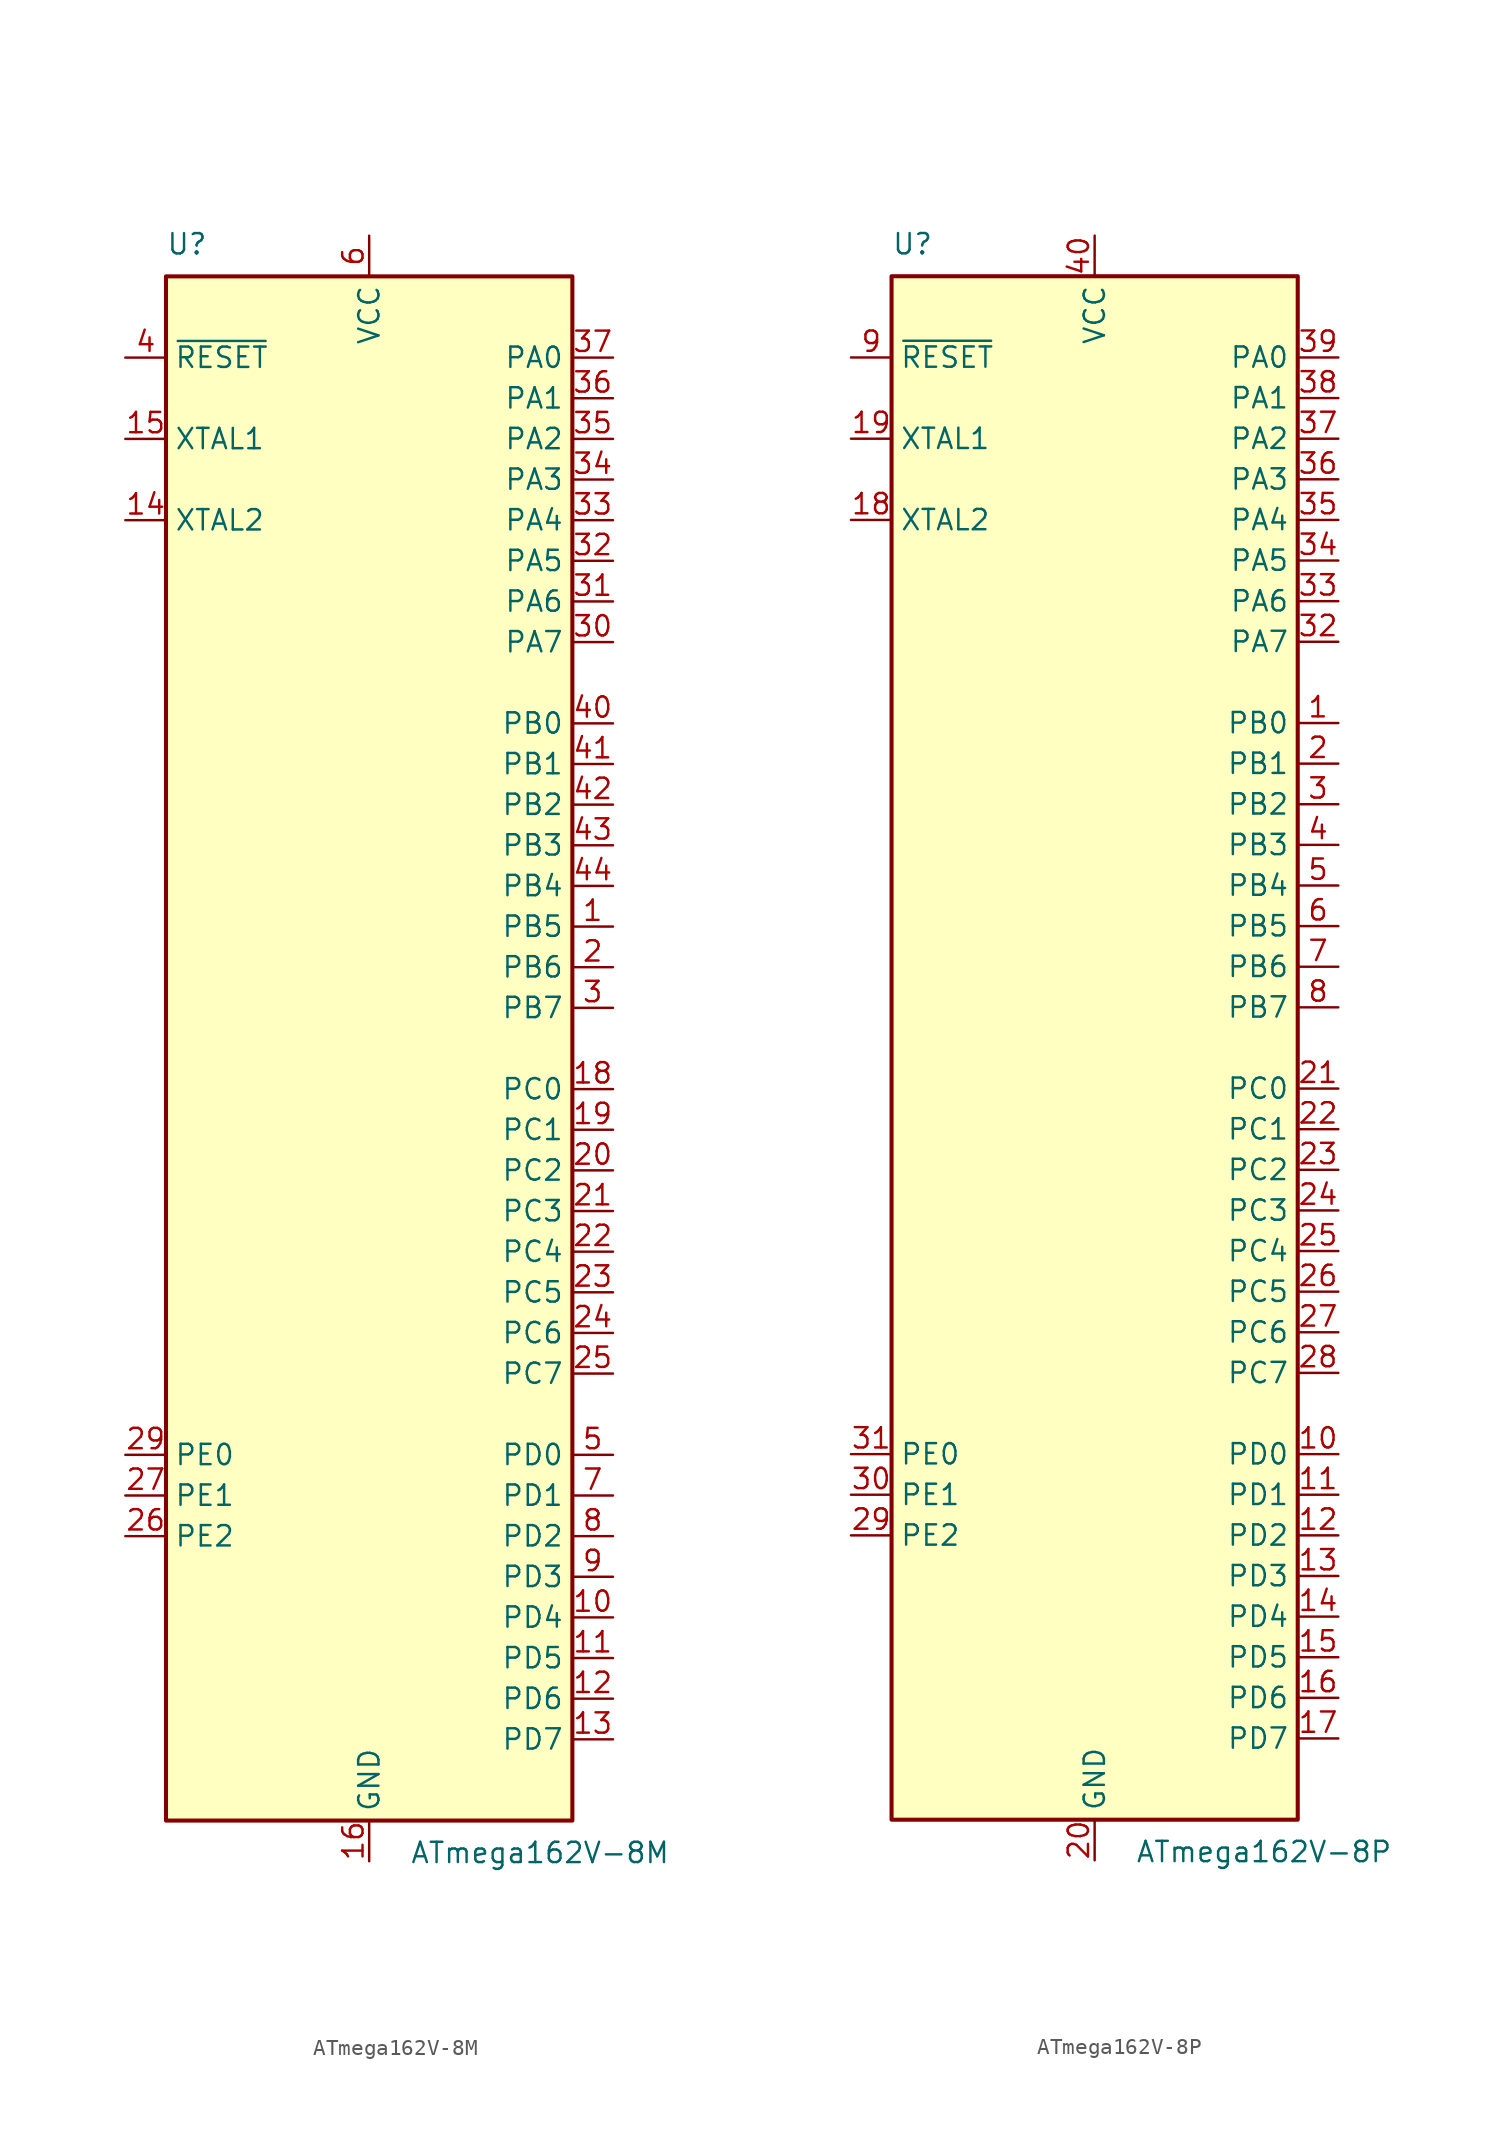
<source format=kicad_sym>
(kicad_symbol_lib
  (version 20211014)
  (generator kicad_symbol_editor)
  (symbol "ATmega162V-8M"
    (property "Reference" "U"
      (at -12.7 49.53 0)
      (effects (font (size 1.27 1.27)) (justify left bottom)))
    (property "Value" "ATmega162V-8M"
      (at 2.54 -49.53 0)
      (effects (font (size 1.27 1.27)) (justify left top)))
    (symbol "ATmega162V-8M_0_1"
      (rectangle (start -12.7 -48.26) (end 12.7 48.26) (stroke (width 0.254) (type default) (color 0 0 0 0)) (fill (type background))))
    (symbol "ATmega162V-8M_1_1"
      (pin bidirectional line (at 15.24 7.62 180) (length 2.54) (name "PB5" (effects (font (size 1.27 1.27)))) (number "1" (effects (font (size 1.27 1.27)))))
      (pin bidirectional line (at 15.24 -35.56 180) (length 2.54) (name "PD4" (effects (font (size 1.27 1.27)))) (number "10" (effects (font (size 1.27 1.27)))))
      (pin bidirectional line (at 15.24 -38.1 180) (length 2.54) (name "PD5" (effects (font (size 1.27 1.27)))) (number "11" (effects (font (size 1.27 1.27)))))
      (pin bidirectional line (at 15.24 -40.64 180) (length 2.54) (name "PD6" (effects (font (size 1.27 1.27)))) (number "12" (effects (font (size 1.27 1.27)))))
      (pin bidirectional line (at 15.24 -43.18 180) (length 2.54) (name "PD7" (effects (font (size 1.27 1.27)))) (number "13" (effects (font (size 1.27 1.27)))))
      (pin output line (at -15.24 33.02 0) (length 2.54) (name "XTAL2" (effects (font (size 1.27 1.27)))) (number "14" (effects (font (size 1.27 1.27)))))
      (pin input line (at -15.24 38.1 0) (length 2.54) (name "XTAL1" (effects (font (size 1.27 1.27)))) (number "15" (effects (font (size 1.27 1.27)))))
      (pin power_in line (at 0 -50.8 90) (length 2.54) (name "GND" (effects (font (size 1.27 1.27)))) (number "16" (effects (font (size 1.27 1.27)))))
      (pin passive line (at 0 50.8 270) (length 2.54) hide (name "VCC" (effects (font (size 1.27 1.27)))) (number "17" (effects (font (size 1.27 1.27)))))
      (pin bidirectional line (at 15.24 -2.54 180) (length 2.54) (name "PC0" (effects (font (size 1.27 1.27)))) (number "18" (effects (font (size 1.27 1.27)))))
      (pin bidirectional line (at 15.24 -5.08 180) (length 2.54) (name "PC1" (effects (font (size 1.27 1.27)))) (number "19" (effects (font (size 1.27 1.27)))))
      (pin bidirectional line (at 15.24 5.08 180) (length 2.54) (name "PB6" (effects (font (size 1.27 1.27)))) (number "2" (effects (font (size 1.27 1.27)))))
      (pin bidirectional line (at 15.24 -7.62 180) (length 2.54) (name "PC2" (effects (font (size 1.27 1.27)))) (number "20" (effects (font (size 1.27 1.27)))))
      (pin bidirectional line (at 15.24 -10.16 180) (length 2.54) (name "PC3" (effects (font (size 1.27 1.27)))) (number "21" (effects (font (size 1.27 1.27)))))
      (pin bidirectional line (at 15.24 -12.7 180) (length 2.54) (name "PC4" (effects (font (size 1.27 1.27)))) (number "22" (effects (font (size 1.27 1.27)))))
      (pin bidirectional line (at 15.24 -15.24 180) (length 2.54) (name "PC5" (effects (font (size 1.27 1.27)))) (number "23" (effects (font (size 1.27 1.27)))))
      (pin bidirectional line (at 15.24 -17.78 180) (length 2.54) (name "PC6" (effects (font (size 1.27 1.27)))) (number "24" (effects (font (size 1.27 1.27)))))
      (pin bidirectional line (at 15.24 -20.32 180) (length 2.54) (name "PC7" (effects (font (size 1.27 1.27)))) (number "25" (effects (font (size 1.27 1.27)))))
      (pin bidirectional line (at -15.24 -30.48 0) (length 2.54) (name "PE2" (effects (font (size 1.27 1.27)))) (number "26" (effects (font (size 1.27 1.27)))))
      (pin bidirectional line (at -15.24 -27.94 0) (length 2.54) (name "PE1" (effects (font (size 1.27 1.27)))) (number "27" (effects (font (size 1.27 1.27)))))
      (pin passive line (at 0 -50.8 90) (length 2.54) hide (name "GND" (effects (font (size 1.27 1.27)))) (number "28" (effects (font (size 1.27 1.27)))))
      (pin bidirectional line (at -15.24 -25.4 0) (length 2.54) (name "PE0" (effects (font (size 1.27 1.27)))) (number "29" (effects (font (size 1.27 1.27)))))
      (pin bidirectional line (at 15.24 2.54 180) (length 2.54) (name "PB7" (effects (font (size 1.27 1.27)))) (number "3" (effects (font (size 1.27 1.27)))))
      (pin bidirectional line (at 15.24 25.4 180) (length 2.54) (name "PA7" (effects (font (size 1.27 1.27)))) (number "30" (effects (font (size 1.27 1.27)))))
      (pin bidirectional line (at 15.24 27.94 180) (length 2.54) (name "PA6" (effects (font (size 1.27 1.27)))) (number "31" (effects (font (size 1.27 1.27)))))
      (pin bidirectional line (at 15.24 30.48 180) (length 2.54) (name "PA5" (effects (font (size 1.27 1.27)))) (number "32" (effects (font (size 1.27 1.27)))))
      (pin bidirectional line (at 15.24 33.02 180) (length 2.54) (name "PA4" (effects (font (size 1.27 1.27)))) (number "33" (effects (font (size 1.27 1.27)))))
      (pin bidirectional line (at 15.24 35.56 180) (length 2.54) (name "PA3" (effects (font (size 1.27 1.27)))) (number "34" (effects (font (size 1.27 1.27)))))
      (pin bidirectional line (at 15.24 38.1 180) (length 2.54) (name "PA2" (effects (font (size 1.27 1.27)))) (number "35" (effects (font (size 1.27 1.27)))))
      (pin bidirectional line (at 15.24 40.64 180) (length 2.54) (name "PA1" (effects (font (size 1.27 1.27)))) (number "36" (effects (font (size 1.27 1.27)))))
      (pin bidirectional line (at 15.24 43.18 180) (length 2.54) (name "PA0" (effects (font (size 1.27 1.27)))) (number "37" (effects (font (size 1.27 1.27)))))
      (pin passive line (at 0 50.8 270) (length 2.54) hide (name "VCC" (effects (font (size 1.27 1.27)))) (number "38" (effects (font (size 1.27 1.27)))))
      (pin passive line (at 0 -50.8 90) (length 2.54) hide (name "GND" (effects (font (size 1.27 1.27)))) (number "39" (effects (font (size 1.27 1.27)))))
      (pin input line (at -15.24 43.18 0) (length 2.54) (name "~{RESET}" (effects (font (size 1.27 1.27)))) (number "4" (effects (font (size 1.27 1.27)))))
      (pin bidirectional line (at 15.24 20.32 180) (length 2.54) (name "PB0" (effects (font (size 1.27 1.27)))) (number "40" (effects (font (size 1.27 1.27)))))
      (pin bidirectional line (at 15.24 17.78 180) (length 2.54) (name "PB1" (effects (font (size 1.27 1.27)))) (number "41" (effects (font (size 1.27 1.27)))))
      (pin bidirectional line (at 15.24 15.24 180) (length 2.54) (name "PB2" (effects (font (size 1.27 1.27)))) (number "42" (effects (font (size 1.27 1.27)))))
      (pin bidirectional line (at 15.24 12.7 180) (length 2.54) (name "PB3" (effects (font (size 1.27 1.27)))) (number "43" (effects (font (size 1.27 1.27)))))
      (pin bidirectional line (at 15.24 10.16 180) (length 2.54) (name "PB4" (effects (font (size 1.27 1.27)))) (number "44" (effects (font (size 1.27 1.27)))))
      (pin passive line (at 0 -50.8 90) (length 2.54) hide (name "GND" (effects (font (size 1.27 1.27)))) (number "45" (effects (font (size 1.27 1.27)))))
      (pin bidirectional line (at 15.24 -25.4 180) (length 2.54) (name "PD0" (effects (font (size 1.27 1.27)))) (number "5" (effects (font (size 1.27 1.27)))))
      (pin power_in line (at 0 50.8 270) (length 2.54) (name "VCC" (effects (font (size 1.27 1.27)))) (number "6" (effects (font (size 1.27 1.27)))))
      (pin bidirectional line (at 15.24 -27.94 180) (length 2.54) (name "PD1" (effects (font (size 1.27 1.27)))) (number "7" (effects (font (size 1.27 1.27)))))
      (pin bidirectional line (at 15.24 -30.48 180) (length 2.54) (name "PD2" (effects (font (size 1.27 1.27)))) (number "8" (effects (font (size 1.27 1.27)))))
      (pin bidirectional line (at 15.24 -33.02 180) (length 2.54) (name "PD3" (effects (font (size 1.27 1.27)))) (number "9" (effects (font (size 1.27 1.27)))))))
  (symbol "ATmega162V-8P"
    (property "Reference" "U"
      (at -12.7 49.53 0)
      (effects (font (size 1.27 1.27)) (justify left bottom)))
    (property "Value" "ATmega162V-8P"
      (at 2.54 -49.53 0)
      (effects (font (size 1.27 1.27)) (justify left top)))
    (symbol "ATmega162V-8P_0_1"
      (rectangle (start -12.7 -48.26) (end 12.7 48.26) (stroke (width 0.254) (type default) (color 0 0 0 0)) (fill (type background))))
    (symbol "ATmega162V-8P_1_1"
      (pin bidirectional line (at 15.24 20.32 180) (length 2.54) (name "PB0" (effects (font (size 1.27 1.27)))) (number "1" (effects (font (size 1.27 1.27)))))
      (pin bidirectional line (at 15.24 -25.4 180) (length 2.54) (name "PD0" (effects (font (size 1.27 1.27)))) (number "10" (effects (font (size 1.27 1.27)))))
      (pin bidirectional line (at 15.24 -27.94 180) (length 2.54) (name "PD1" (effects (font (size 1.27 1.27)))) (number "11" (effects (font (size 1.27 1.27)))))
      (pin bidirectional line (at 15.24 -30.48 180) (length 2.54) (name "PD2" (effects (font (size 1.27 1.27)))) (number "12" (effects (font (size 1.27 1.27)))))
      (pin bidirectional line (at 15.24 -33.02 180) (length 2.54) (name "PD3" (effects (font (size 1.27 1.27)))) (number "13" (effects (font (size 1.27 1.27)))))
      (pin bidirectional line (at 15.24 -35.56 180) (length 2.54) (name "PD4" (effects (font (size 1.27 1.27)))) (number "14" (effects (font (size 1.27 1.27)))))
      (pin bidirectional line (at 15.24 -38.1 180) (length 2.54) (name "PD5" (effects (font (size 1.27 1.27)))) (number "15" (effects (font (size 1.27 1.27)))))
      (pin bidirectional line (at 15.24 -40.64 180) (length 2.54) (name "PD6" (effects (font (size 1.27 1.27)))) (number "16" (effects (font (size 1.27 1.27)))))
      (pin bidirectional line (at 15.24 -43.18 180) (length 2.54) (name "PD7" (effects (font (size 1.27 1.27)))) (number "17" (effects (font (size 1.27 1.27)))))
      (pin output line (at -15.24 33.02 0) (length 2.54) (name "XTAL2" (effects (font (size 1.27 1.27)))) (number "18" (effects (font (size 1.27 1.27)))))
      (pin input line (at -15.24 38.1 0) (length 2.54) (name "XTAL1" (effects (font (size 1.27 1.27)))) (number "19" (effects (font (size 1.27 1.27)))))
      (pin bidirectional line (at 15.24 17.78 180) (length 2.54) (name "PB1" (effects (font (size 1.27 1.27)))) (number "2" (effects (font (size 1.27 1.27)))))
      (pin power_in line (at 0 -50.8 90) (length 2.54) (name "GND" (effects (font (size 1.27 1.27)))) (number "20" (effects (font (size 1.27 1.27)))))
      (pin bidirectional line (at 15.24 -2.54 180) (length 2.54) (name "PC0" (effects (font (size 1.27 1.27)))) (number "21" (effects (font (size 1.27 1.27)))))
      (pin bidirectional line (at 15.24 -5.08 180) (length 2.54) (name "PC1" (effects (font (size 1.27 1.27)))) (number "22" (effects (font (size 1.27 1.27)))))
      (pin bidirectional line (at 15.24 -7.62 180) (length 2.54) (name "PC2" (effects (font (size 1.27 1.27)))) (number "23" (effects (font (size 1.27 1.27)))))
      (pin bidirectional line (at 15.24 -10.16 180) (length 2.54) (name "PC3" (effects (font (size 1.27 1.27)))) (number "24" (effects (font (size 1.27 1.27)))))
      (pin bidirectional line (at 15.24 -12.7 180) (length 2.54) (name "PC4" (effects (font (size 1.27 1.27)))) (number "25" (effects (font (size 1.27 1.27)))))
      (pin bidirectional line (at 15.24 -15.24 180) (length 2.54) (name "PC5" (effects (font (size 1.27 1.27)))) (number "26" (effects (font (size 1.27 1.27)))))
      (pin bidirectional line (at 15.24 -17.78 180) (length 2.54) (name "PC6" (effects (font (size 1.27 1.27)))) (number "27" (effects (font (size 1.27 1.27)))))
      (pin bidirectional line (at 15.24 -20.32 180) (length 2.54) (name "PC7" (effects (font (size 1.27 1.27)))) (number "28" (effects (font (size 1.27 1.27)))))
      (pin bidirectional line (at -15.24 -30.48 0) (length 2.54) (name "PE2" (effects (font (size 1.27 1.27)))) (number "29" (effects (font (size 1.27 1.27)))))
      (pin bidirectional line (at 15.24 15.24 180) (length 2.54) (name "PB2" (effects (font (size 1.27 1.27)))) (number "3" (effects (font (size 1.27 1.27)))))
      (pin bidirectional line (at -15.24 -27.94 0) (length 2.54) (name "PE1" (effects (font (size 1.27 1.27)))) (number "30" (effects (font (size 1.27 1.27)))))
      (pin bidirectional line (at -15.24 -25.4 0) (length 2.54) (name "PE0" (effects (font (size 1.27 1.27)))) (number "31" (effects (font (size 1.27 1.27)))))
      (pin bidirectional line (at 15.24 25.4 180) (length 2.54) (name "PA7" (effects (font (size 1.27 1.27)))) (number "32" (effects (font (size 1.27 1.27)))))
      (pin bidirectional line (at 15.24 27.94 180) (length 2.54) (name "PA6" (effects (font (size 1.27 1.27)))) (number "33" (effects (font (size 1.27 1.27)))))
      (pin bidirectional line (at 15.24 30.48 180) (length 2.54) (name "PA5" (effects (font (size 1.27 1.27)))) (number "34" (effects (font (size 1.27 1.27)))))
      (pin bidirectional line (at 15.24 33.02 180) (length 2.54) (name "PA4" (effects (font (size 1.27 1.27)))) (number "35" (effects (font (size 1.27 1.27)))))
      (pin bidirectional line (at 15.24 35.56 180) (length 2.54) (name "PA3" (effects (font (size 1.27 1.27)))) (number "36" (effects (font (size 1.27 1.27)))))
      (pin bidirectional line (at 15.24 38.1 180) (length 2.54) (name "PA2" (effects (font (size 1.27 1.27)))) (number "37" (effects (font (size 1.27 1.27)))))
      (pin bidirectional line (at 15.24 40.64 180) (length 2.54) (name "PA1" (effects (font (size 1.27 1.27)))) (number "38" (effects (font (size 1.27 1.27)))))
      (pin bidirectional line (at 15.24 43.18 180) (length 2.54) (name "PA0" (effects (font (size 1.27 1.27)))) (number "39" (effects (font (size 1.27 1.27)))))
      (pin bidirectional line (at 15.24 12.7 180) (length 2.54) (name "PB3" (effects (font (size 1.27 1.27)))) (number "4" (effects (font (size 1.27 1.27)))))
      (pin power_in line (at 0 50.8 270) (length 2.54) (name "VCC" (effects (font (size 1.27 1.27)))) (number "40" (effects (font (size 1.27 1.27)))))
      (pin bidirectional line (at 15.24 10.16 180) (length 2.54) (name "PB4" (effects (font (size 1.27 1.27)))) (number "5" (effects (font (size 1.27 1.27)))))
      (pin bidirectional line (at 15.24 7.62 180) (length 2.54) (name "PB5" (effects (font (size 1.27 1.27)))) (number "6" (effects (font (size 1.27 1.27)))))
      (pin bidirectional line (at 15.24 5.08 180) (length 2.54) (name "PB6" (effects (font (size 1.27 1.27)))) (number "7" (effects (font (size 1.27 1.27)))))
      (pin bidirectional line (at 15.24 2.54 180) (length 2.54) (name "PB7" (effects (font (size 1.27 1.27)))) (number "8" (effects (font (size 1.27 1.27)))))
      (pin input line (at -15.24 43.18 0) (length 2.54) (name "~{RESET}" (effects (font (size 1.27 1.27)))) (number "9" (effects (font (size 1.27 1.27))))))))
</source>
